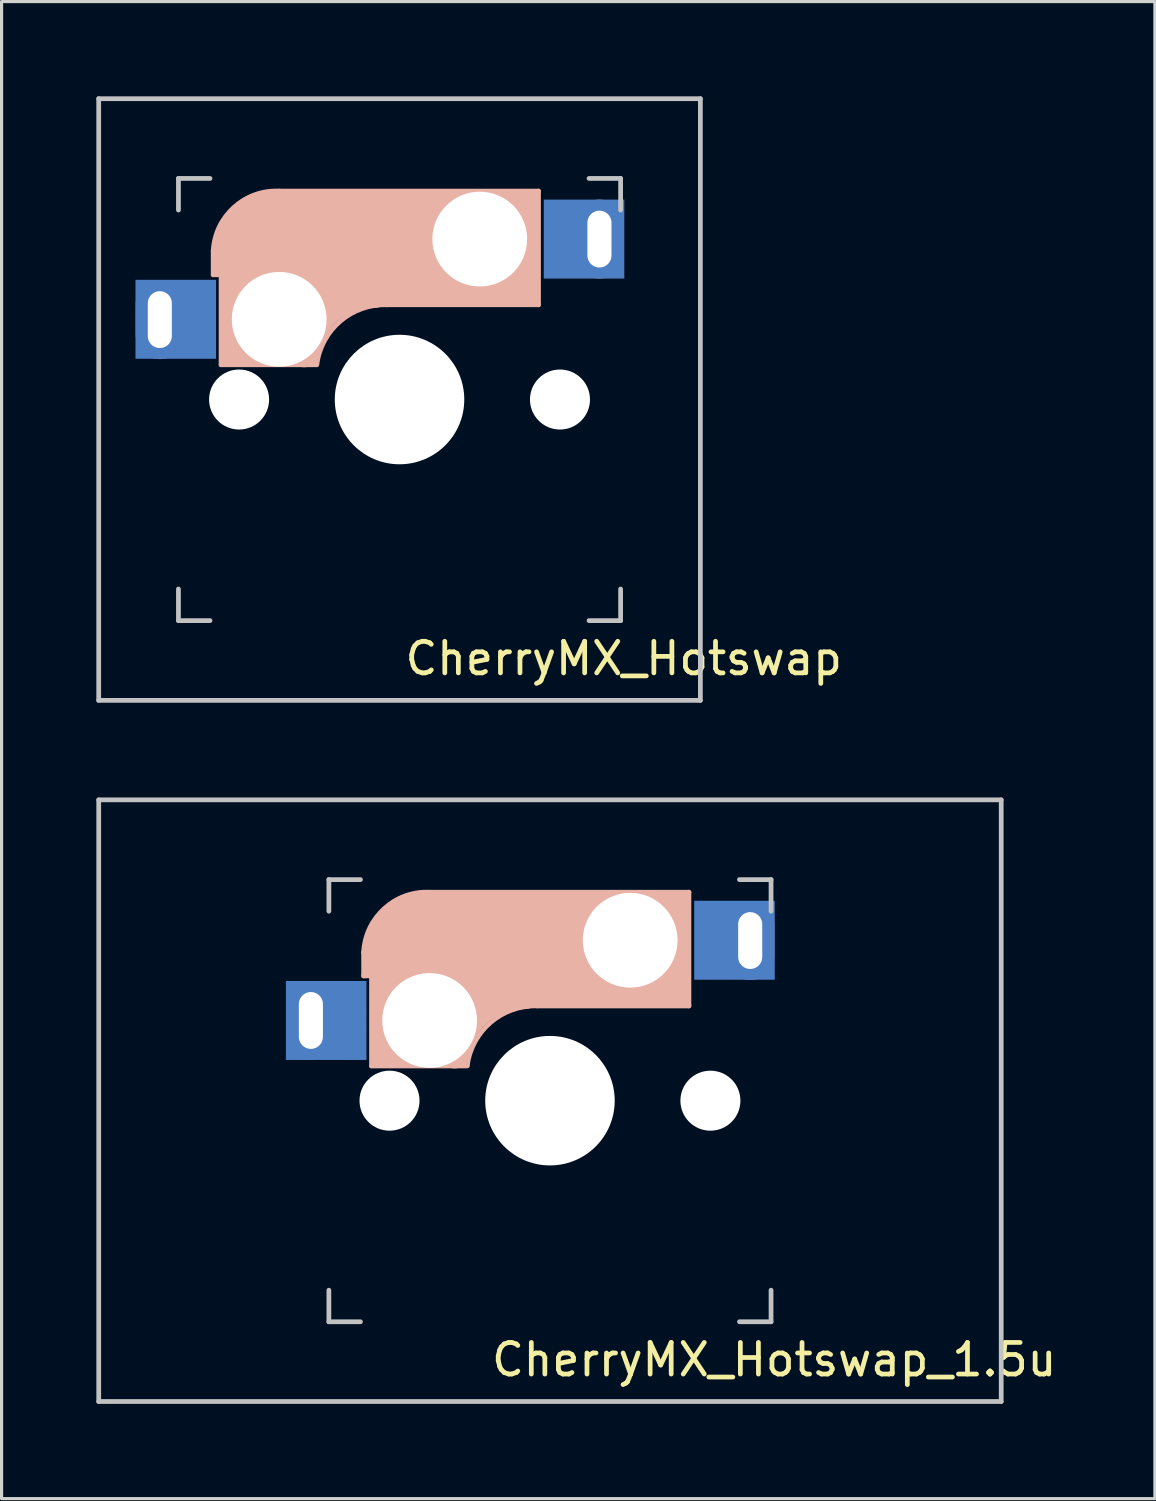
<source format=kicad_pcb>
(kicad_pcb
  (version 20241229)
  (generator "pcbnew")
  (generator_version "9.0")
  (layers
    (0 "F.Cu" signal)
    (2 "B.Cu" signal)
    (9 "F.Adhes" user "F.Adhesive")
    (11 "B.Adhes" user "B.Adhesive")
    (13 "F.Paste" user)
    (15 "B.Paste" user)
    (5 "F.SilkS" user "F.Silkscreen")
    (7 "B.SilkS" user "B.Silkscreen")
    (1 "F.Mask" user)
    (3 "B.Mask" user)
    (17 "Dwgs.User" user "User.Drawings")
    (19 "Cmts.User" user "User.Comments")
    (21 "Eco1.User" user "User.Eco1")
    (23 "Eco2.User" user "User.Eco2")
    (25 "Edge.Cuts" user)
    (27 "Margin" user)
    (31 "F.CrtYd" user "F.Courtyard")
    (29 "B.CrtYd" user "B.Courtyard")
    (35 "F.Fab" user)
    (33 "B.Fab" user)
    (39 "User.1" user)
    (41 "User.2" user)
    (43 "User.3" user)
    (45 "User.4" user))
  (footprint "CherryMX_Hotswap_1.5u"
    (layer "F.Cu")
    (at 14.363 31.8)
    (property "Reference" "CherryMX_Hotswap_1.5u" (at 7.1 8.2 0) (layer "F.SilkS") (effects (font (size 1 1) (thickness 0.15))))
    (attr through_hole)
    (fp_line (start -5.9 -4.7) (end -5.9 -3.95) (stroke (width 0.15) (type solid)) (layer "B.SilkS"))
    (fp_line (start -5.9 -3.95) (end -5.7 -3.95) (stroke (width 0.15) (type solid)) (layer "B.SilkS"))
    (fp_line (start -5.8 -4.05) (end -5.8 -4.7) (stroke (width 0.3) (type solid)) (layer "B.SilkS"))
    (fp_line (start -5.65 -5.55) (end -5.65 -1.1) (stroke (width 0.15) (type solid)) (layer "B.SilkS"))
    (fp_line (start -5.65 -1.1) (end -2.62 -1.1) (stroke (width 0.15) (type solid)) (layer "B.SilkS"))
    (fp_line (start -5.45 -1.3) (end -3 -1.3) (stroke (width 0.5) (type solid)) (layer "B.SilkS"))
    (fp_line (start -5.3 -1.6) (end -5.3 -3.4) (stroke (width 0.8) (type solid)) (layer "B.SilkS"))
    (fp_line (start -4.17 -5.1) (end -4.17 -2.86) (stroke (width 3) (type solid)) (layer "B.SilkS"))
    (fp_line (start -0.4 -3) (end 4.4 -3) (stroke (width 0.15) (type solid)) (layer "B.SilkS"))
    (fp_line (start 2.6 -4.8) (end -4.1 -4.8) (stroke (width 3.5) (type solid)) (layer "B.SilkS"))
    (fp_line (start 3.9 -6) (end 3.9 -3.5) (stroke (width 1) (type solid)) (layer "B.SilkS"))
    (fp_line (start 4.2 -3.25) (end 2.9 -3.3) (stroke (width 0.5) (type solid)) (layer "B.SilkS"))
    (fp_line (start 4.25 -6.4) (end 3 -6.4) (stroke (width 0.4) (type solid)) (layer "B.SilkS"))
    (fp_line (start 4.38 -4) (end 4.38 -6.25) (stroke (width 0.15) (type solid)) (layer "B.SilkS"))
    (fp_line (start 4.4 -6.6) (end -3.8 -6.6) (stroke (width 0.15) (type solid)) (layer "B.SilkS"))
    (fp_line (start 4.4 -3) (end 4.4 -6.6) (stroke (width 0.15) (type solid)) (layer "B.SilkS"))
    (fp_arc (start -5.9 -4.7) (mid -5.243504 -6.084925) (end -3.800001 -6.6) (stroke (width 0.15) (type solid)) (layer "B.SilkS"))
    (fp_arc (start -3.016319 -1.521471) (mid -2.26871 -2.886119) (end -0.8 -3.4) (stroke (width 1) (type solid)) (layer "B.SilkS"))
    (fp_arc (start -2.616318 -1.121471) (mid -1.868709 -2.486118) (end -0.4 -3) (stroke (width 0.15) (type solid)) (layer "B.SilkS"))
    (fp_line (start -14.287 -9.525) (end 14.287 -9.525) (stroke (width 0.15) (type solid)) (layer "Dwgs.User"))
    (fp_line (start -14.287 9.525) (end -14.287 -9.525) (stroke (width 0.15) (type solid)) (layer "Dwgs.User"))
    (fp_line (start -7 -7) (end -6 -7) (stroke (width 0.15) (type solid)) (layer "Dwgs.User"))
    (fp_line (start -7 -6) (end -7 -7) (stroke (width 0.15) (type solid)) (layer "Dwgs.User"))
    (fp_line (start -7 6) (end -7 7) (stroke (width 0.15) (type solid)) (layer "Dwgs.User"))
    (fp_line (start -7 7) (end -6 7) (stroke (width 0.15) (type solid)) (layer "Dwgs.User"))
    (fp_line (start 6 7) (end 7 7) (stroke (width 0.15) (type solid)) (layer "Dwgs.User"))
    (fp_line (start 7 -7) (end 6 -7) (stroke (width 0.15) (type solid)) (layer "Dwgs.User"))
    (fp_line (start 7 -7) (end 7 -6) (stroke (width 0.15) (type solid)) (layer "Dwgs.User"))
    (fp_line (start 7 7) (end 7 6) (stroke (width 0.15) (type solid)) (layer "Dwgs.User"))
    (fp_line (start 14.287 -9.525) (end 14.287 9.525) (stroke (width 0.15) (type solid)) (layer "Dwgs.User"))
    (fp_line (start 14.287 9.525) (end -14.287 9.525) (stroke (width 0.15) (type solid)) (layer "Dwgs.User"))
    (pad "" np_thru_hole circle (at -5.08 0) (size 1.9 1.9) (drill 1.9) (layers "*.Cu" "*.Mask"))
    (pad "" np_thru_hole circle (at -3.81 -2.54) (size 3 3) (drill 3) (layers "*.Cu" "*.Mask"))
    (pad "" np_thru_hole circle (at 0 0 90) (size 4.1 4.1) (drill 4.1) (layers "*.Cu" "*.Mask"))
    (pad "" np_thru_hole circle (at 2.54 -5.08) (size 3 3) (drill 3) (layers "*.Cu" "*.Mask"))
    (pad "" np_thru_hole circle (at 5.08 0) (size 1.9 1.9) (drill 1.9) (layers "*.Cu" "*.Mask"))
    (pad "1" thru_hole oval (at -7.57 -2.54) (size 1.524 2.5) (drill oval 0.762 1.8) (layers "*.Cu" "*.Mask"))
    (pad "1" smd rect (at -7.085 -2.54 180) (size 2.55 2.5) (layers "B.Cu" "B.Mask" "B.Paste"))
    (pad "2" smd rect (at 5.842 -5.08 180) (size 2.55 2.5) (layers "B.Cu" "B.Mask" "B.Paste"))
    (pad "2" thru_hole oval (at 6.34 -5.07) (size 1.524 2.5) (drill oval 0.762 1.8) (layers "*.Cu" "*.Mask")))
  (footprint "CherryMX_Hotswap"
    (layer "F.Cu")
    (at 9.6 9.6)
    (property "Reference" "CherryMX_Hotswap" (at 7.1 8.2 0) (layer "F.SilkS") (effects (font (size 1 1) (thickness 0.15))))
    (attr through_hole)
    (fp_line (start -5.9 -4.7) (end -5.9 -3.95) (stroke (width 0.15) (type solid)) (layer "B.SilkS"))
    (fp_line (start -5.9 -3.95) (end -5.7 -3.95) (stroke (width 0.15) (type solid)) (layer "B.SilkS"))
    (fp_line (start -5.8 -4.05) (end -5.8 -4.7) (stroke (width 0.3) (type solid)) (layer "B.SilkS"))
    (fp_line (start -5.65 -5.55) (end -5.65 -1.1) (stroke (width 0.15) (type solid)) (layer "B.SilkS"))
    (fp_line (start -5.65 -1.1) (end -2.62 -1.1) (stroke (width 0.15) (type solid)) (layer "B.SilkS"))
    (fp_line (start -5.45 -1.3) (end -3 -1.3) (stroke (width 0.5) (type solid)) (layer "B.SilkS"))
    (fp_line (start -5.3 -1.6) (end -5.3 -3.4) (stroke (width 0.8) (type solid)) (layer "B.SilkS"))
    (fp_line (start -4.17 -5.1) (end -4.17 -2.86) (stroke (width 3) (type solid)) (layer "B.SilkS"))
    (fp_line (start -0.4 -3) (end 4.4 -3) (stroke (width 0.15) (type solid)) (layer "B.SilkS"))
    (fp_line (start 2.6 -4.8) (end -4.1 -4.8) (stroke (width 3.5) (type solid)) (layer "B.SilkS"))
    (fp_line (start 3.9 -6) (end 3.9 -3.5) (stroke (width 1) (type solid)) (layer "B.SilkS"))
    (fp_line (start 4.2 -3.25) (end 2.9 -3.3) (stroke (width 0.5) (type solid)) (layer "B.SilkS"))
    (fp_line (start 4.25 -6.4) (end 3 -6.4) (stroke (width 0.4) (type solid)) (layer "B.SilkS"))
    (fp_line (start 4.38 -4) (end 4.38 -6.25) (stroke (width 0.15) (type solid)) (layer "B.SilkS"))
    (fp_line (start 4.4 -6.6) (end -3.8 -6.6) (stroke (width 0.15) (type solid)) (layer "B.SilkS"))
    (fp_line (start 4.4 -3) (end 4.4 -6.6) (stroke (width 0.15) (type solid)) (layer "B.SilkS"))
    (fp_arc (start -5.9 -4.699999) (mid -5.243504 -6.084924) (end -3.800001 -6.6) (stroke (width 0.15) (type solid)) (layer "B.SilkS"))
    (fp_arc (start -3.016318 -1.521471) (mid -2.268709 -2.886118) (end -0.8 -3.4) (stroke (width 1) (type solid)) (layer "B.SilkS"))
    (fp_arc (start -2.616318 -1.121471) (mid -1.868709 -2.486118) (end -0.4 -3) (stroke (width 0.15) (type solid)) (layer "B.SilkS"))
    (fp_line (start -9.525 -9.525) (end 9.525 -9.525) (stroke (width 0.15) (type solid)) (layer "Dwgs.User"))
    (fp_line (start -9.525 9.525) (end -9.525 -9.525) (stroke (width 0.15) (type solid)) (layer "Dwgs.User"))
    (fp_line (start -7 -7) (end -6 -7) (stroke (width 0.15) (type solid)) (layer "Dwgs.User"))
    (fp_line (start -7 -6) (end -7 -7) (stroke (width 0.15) (type solid)) (layer "Dwgs.User"))
    (fp_line (start -7 6) (end -7 7) (stroke (width 0.15) (type solid)) (layer "Dwgs.User"))
    (fp_line (start -7 7) (end -6 7) (stroke (width 0.15) (type solid)) (layer "Dwgs.User"))
    (fp_line (start 6 7) (end 7 7) (stroke (width 0.15) (type solid)) (layer "Dwgs.User"))
    (fp_line (start 7 -7) (end 6 -7) (stroke (width 0.15) (type solid)) (layer "Dwgs.User"))
    (fp_line (start 7 -7) (end 7 -6) (stroke (width 0.15) (type solid)) (layer "Dwgs.User"))
    (fp_line (start 7 7) (end 7 6) (stroke (width 0.15) (type solid)) (layer "Dwgs.User"))
    (fp_line (start 9.525 -9.525) (end 9.525 9.525) (stroke (width 0.15) (type solid)) (layer "Dwgs.User"))
    (fp_line (start 9.525 9.525) (end -9.525 9.525) (stroke (width 0.15) (type solid)) (layer "Dwgs.User"))
    (pad "" np_thru_hole circle (at -5.08 0) (size 1.9 1.9) (drill 1.9) (layers "*.Cu" "*.Mask"))
    (pad "" np_thru_hole circle (at -3.81 -2.54) (size 3 3) (drill 3) (layers "*.Cu" "*.Mask"))
    (pad "" np_thru_hole circle (at 0 0 90) (size 4.1 4.1) (drill 4.1) (layers "*.Cu" "*.Mask"))
    (pad "" np_thru_hole circle (at 2.54 -5.08) (size 3 3) (drill 3) (layers "*.Cu" "*.Mask"))
    (pad "" np_thru_hole circle (at 5.08 0) (size 1.9 1.9) (drill 1.9) (layers "*.Cu" "*.Mask"))
    (pad "1" thru_hole oval (at -7.59 -2.53) (size 1.524 2.5) (drill oval 0.762 1.8) (layers "*.Cu" "*.Mask"))
    (pad "1" smd rect (at -7.085 -2.54 180) (size 2.55 2.5) (layers "B.Cu" "B.Mask" "B.Paste"))
    (pad "2" smd rect (at 5.842 -5.08 180) (size 2.55 2.5) (layers "B.Cu" "B.Mask" "B.Paste"))
    (pad "2" thru_hole oval (at 6.33 -5.08) (size 1.524 2.5) (drill oval 0.762 1.8) (layers "*.Cu" "*.Mask")))
  (gr_rect
    (start -3 -3)
    (end 33.516 44.4)
    (stroke (width 0.1) (type default))
    (fill no)
    (layer "Edge.Cuts")))
</source>
